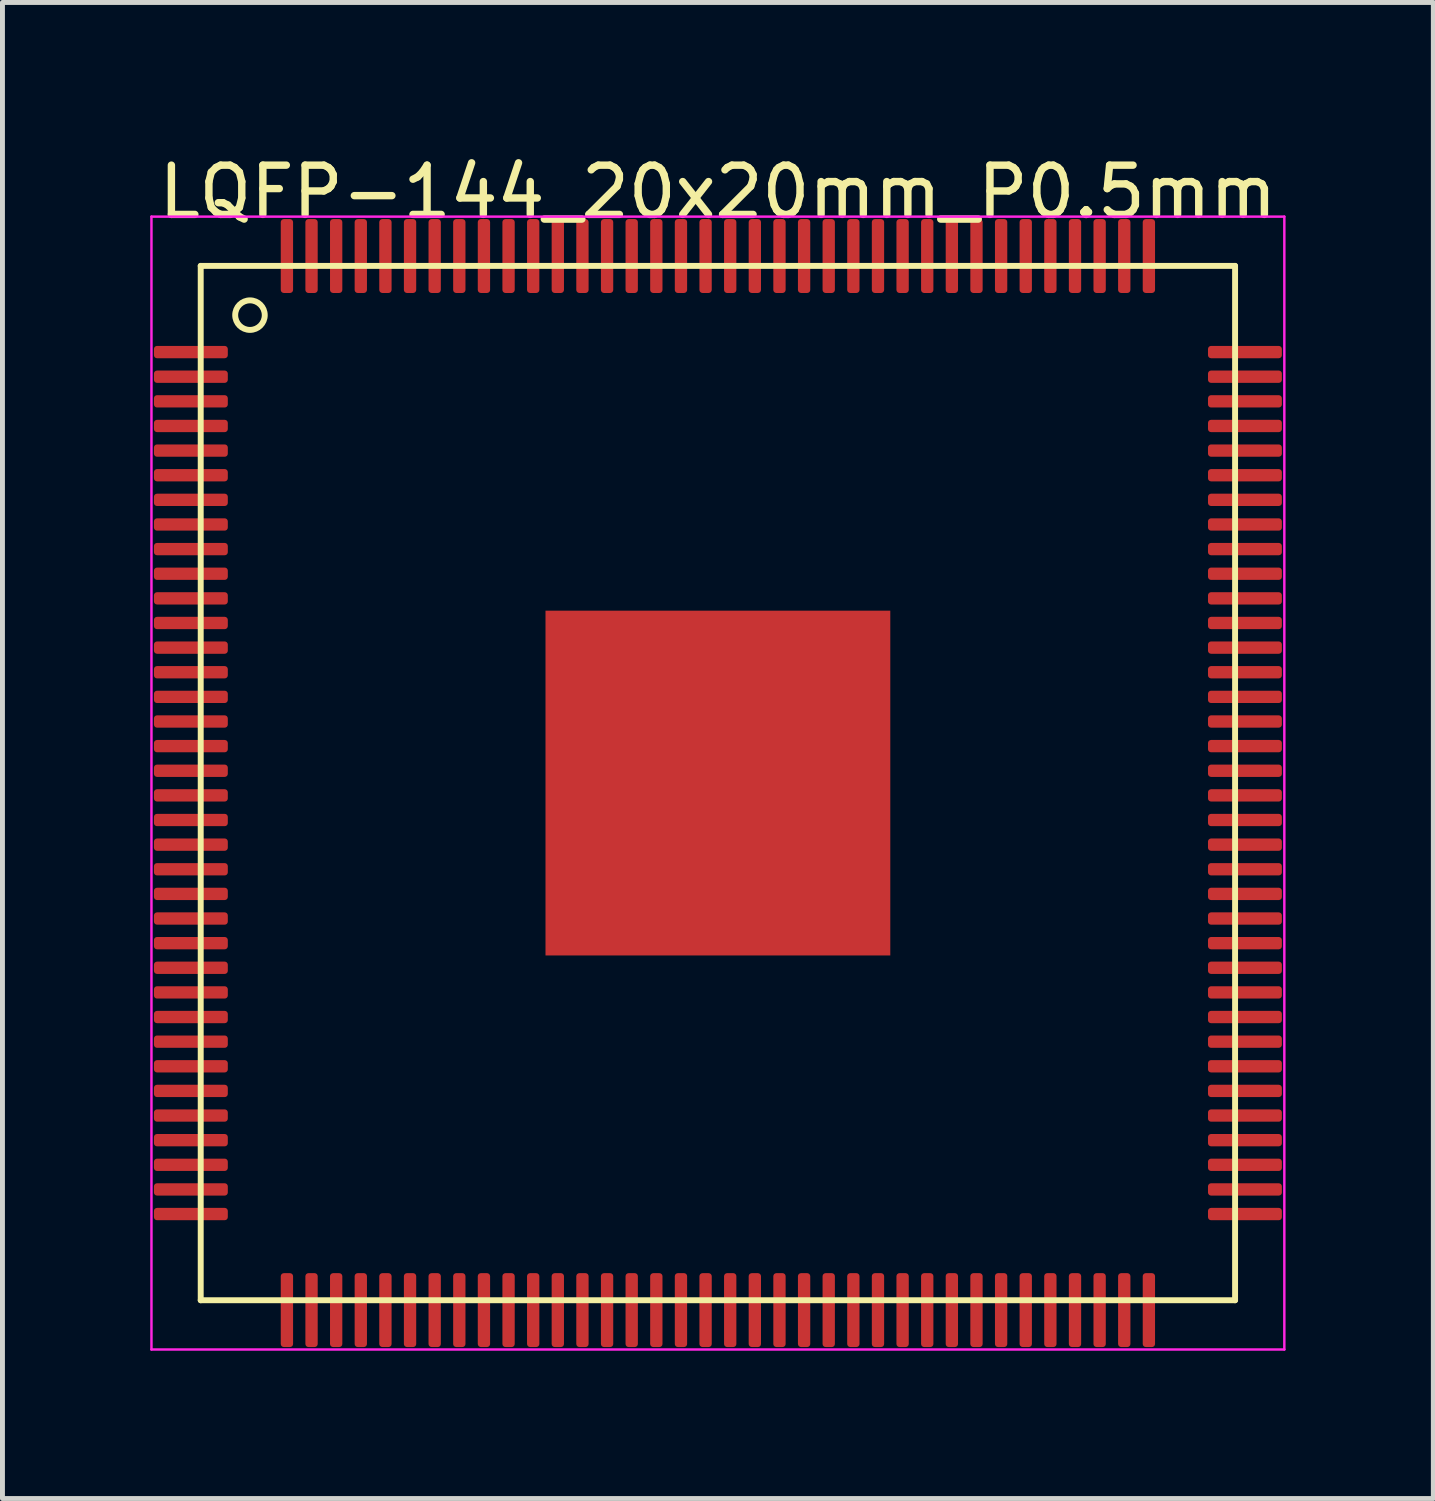
<source format=kicad_pcb>
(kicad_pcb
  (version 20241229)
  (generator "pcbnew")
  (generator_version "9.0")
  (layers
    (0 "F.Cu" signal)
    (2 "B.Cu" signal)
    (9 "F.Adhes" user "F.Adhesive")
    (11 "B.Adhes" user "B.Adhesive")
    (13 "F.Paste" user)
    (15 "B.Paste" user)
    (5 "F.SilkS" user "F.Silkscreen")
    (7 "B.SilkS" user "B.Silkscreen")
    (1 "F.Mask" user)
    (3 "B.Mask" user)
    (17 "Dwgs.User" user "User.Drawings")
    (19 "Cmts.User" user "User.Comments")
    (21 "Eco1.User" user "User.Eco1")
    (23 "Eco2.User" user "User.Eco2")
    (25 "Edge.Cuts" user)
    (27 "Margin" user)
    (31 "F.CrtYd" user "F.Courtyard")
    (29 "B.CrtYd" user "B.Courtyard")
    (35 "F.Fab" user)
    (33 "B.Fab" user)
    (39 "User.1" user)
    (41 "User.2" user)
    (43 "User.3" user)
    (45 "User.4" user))
  (footprint "LQFP-144_20x20mm_P0.5mm"
    (layer "F.Cu")
    (at 11.525 12.848)
    (property "Reference" "LQFP-144_20x20mm_P0.5mm" (at 0 -12 0) (layer "F.SilkS") (effects (font (size 1 1) (thickness 0.15))))
    (attr smd)
    (fp_line (start -10.5 -10.5) (end -10.5 10.5) (stroke (width 0.12) (type solid)) (layer "F.SilkS"))
    (fp_line (start -10.5 -10.5) (end 10.5 -10.5) (stroke (width 0.12) (type solid)) (layer "F.SilkS"))
    (fp_line (start -10.5 10.5) (end 10.5 10.5) (stroke (width 0.12) (type solid)) (layer "F.SilkS"))
    (fp_line (start 10.5 -10.5) (end 10.5 10.5) (stroke (width 0.12) (type solid)) (layer "F.SilkS"))
    (fp_circle (center -9.5 -9.5) (end -9.2 -9.5) (stroke (width 0.12) (type solid)) (fill no) (layer "F.SilkS"))
    (fp_line (start -11.5 -11.5) (end -11.5 11.5) (stroke (width 0.05) (type solid)) (layer "F.CrtYd"))
    (fp_line (start -11.5 -11.5) (end 11.5 -11.5) (stroke (width 0.05) (type solid)) (layer "F.CrtYd"))
    (fp_line (start -11.5 11.5) (end 11.5 11.5) (stroke (width 0.05) (type solid)) (layer "F.CrtYd"))
    (fp_line (start 11.5 -11.5) (end 11.5 11.5) (stroke (width 0.05) (type solid)) (layer "F.CrtYd"))
    (pad "1" smd roundrect (at -10.7 -8.75 270) (size 0.25 1.5) (layers "F.Cu" "F.Mask" "F.Paste") (roundrect_rratio 0.25))
    (pad "2" smd roundrect (at -10.7 -8.25 270) (size 0.25 1.5) (layers "F.Cu" "F.Mask" "F.Paste") (roundrect_rratio 0.25))
    (pad "3" smd roundrect (at -10.7 -7.75 270) (size 0.25 1.5) (layers "F.Cu" "F.Mask" "F.Paste") (roundrect_rratio 0.25))
    (pad "4" smd roundrect (at -10.7 -7.25 270) (size 0.25 1.5) (layers "F.Cu" "F.Mask" "F.Paste") (roundrect_rratio 0.25))
    (pad "5" smd roundrect (at -10.7 -6.75 270) (size 0.25 1.5) (layers "F.Cu" "F.Mask" "F.Paste") (roundrect_rratio 0.25))
    (pad "6" smd roundrect (at -10.7 -6.25 270) (size 0.25 1.5) (layers "F.Cu" "F.Mask" "F.Paste") (roundrect_rratio 0.25))
    (pad "7" smd roundrect (at -10.7 -5.75 270) (size 0.25 1.5) (layers "F.Cu" "F.Mask" "F.Paste") (roundrect_rratio 0.25))
    (pad "8" smd roundrect (at -10.7 -5.25 270) (size 0.25 1.5) (layers "F.Cu" "F.Mask" "F.Paste") (roundrect_rratio 0.25))
    (pad "9" smd roundrect (at -10.7 -4.75 270) (size 0.25 1.5) (layers "F.Cu" "F.Mask" "F.Paste") (roundrect_rratio 0.25))
    (pad "10" smd roundrect (at -10.7 -4.25 270) (size 0.25 1.5) (layers "F.Cu" "F.Mask" "F.Paste") (roundrect_rratio 0.25))
    (pad "11" smd roundrect (at -10.7 -3.75 270) (size 0.25 1.5) (layers "F.Cu" "F.Mask" "F.Paste") (roundrect_rratio 0.25))
    (pad "12" smd roundrect (at -10.7 -3.25 270) (size 0.25 1.5) (layers "F.Cu" "F.Mask" "F.Paste") (roundrect_rratio 0.25))
    (pad "13" smd roundrect (at -10.7 -2.75 270) (size 0.25 1.5) (layers "F.Cu" "F.Mask" "F.Paste") (roundrect_rratio 0.25))
    (pad "14" smd roundrect (at -10.7 -2.25 270) (size 0.25 1.5) (layers "F.Cu" "F.Mask" "F.Paste") (roundrect_rratio 0.25))
    (pad "15" smd roundrect (at -10.7 -1.75 270) (size 0.25 1.5) (layers "F.Cu" "F.Mask" "F.Paste") (roundrect_rratio 0.25))
    (pad "16" smd roundrect (at -10.7 -1.25 270) (size 0.25 1.5) (layers "F.Cu" "F.Mask" "F.Paste") (roundrect_rratio 0.25))
    (pad "17" smd roundrect (at -10.7 -0.75 270) (size 0.25 1.5) (layers "F.Cu" "F.Mask" "F.Paste") (roundrect_rratio 0.25))
    (pad "18" smd roundrect (at -10.7 -0.25 270) (size 0.25 1.5) (layers "F.Cu" "F.Mask" "F.Paste") (roundrect_rratio 0.25))
    (pad "19" smd roundrect (at -10.7 0.25 270) (size 0.25 1.5) (layers "F.Cu" "F.Mask" "F.Paste") (roundrect_rratio 0.25))
    (pad "20" smd roundrect (at -10.7 0.75 270) (size 0.25 1.5) (layers "F.Cu" "F.Mask" "F.Paste") (roundrect_rratio 0.25))
    (pad "21" smd roundrect (at -10.7 1.25 270) (size 0.25 1.5) (layers "F.Cu" "F.Mask" "F.Paste") (roundrect_rratio 0.25))
    (pad "22" smd roundrect (at -10.7 1.75 270) (size 0.25 1.5) (layers "F.Cu" "F.Mask" "F.Paste") (roundrect_rratio 0.25))
    (pad "23" smd roundrect (at -10.7 2.25 270) (size 0.25 1.5) (layers "F.Cu" "F.Mask" "F.Paste") (roundrect_rratio 0.25))
    (pad "24" smd roundrect (at -10.7 2.75 270) (size 0.25 1.5) (layers "F.Cu" "F.Mask" "F.Paste") (roundrect_rratio 0.25))
    (pad "25" smd roundrect (at -10.7 3.25 270) (size 0.25 1.5) (layers "F.Cu" "F.Mask" "F.Paste") (roundrect_rratio 0.25))
    (pad "26" smd roundrect (at -10.7 3.75 270) (size 0.25 1.5) (layers "F.Cu" "F.Mask" "F.Paste") (roundrect_rratio 0.25))
    (pad "27" smd roundrect (at -10.7 4.25 270) (size 0.25 1.5) (layers "F.Cu" "F.Mask" "F.Paste") (roundrect_rratio 0.25))
    (pad "28" smd roundrect (at -10.7 4.75 270) (size 0.25 1.5) (layers "F.Cu" "F.Mask" "F.Paste") (roundrect_rratio 0.25))
    (pad "29" smd roundrect (at -10.7 5.25 270) (size 0.25 1.5) (layers "F.Cu" "F.Mask" "F.Paste") (roundrect_rratio 0.25))
    (pad "30" smd roundrect (at -10.7 5.75 270) (size 0.25 1.5) (layers "F.Cu" "F.Mask" "F.Paste") (roundrect_rratio 0.25))
    (pad "31" smd roundrect (at -10.7 6.25 270) (size 0.25 1.5) (layers "F.Cu" "F.Mask" "F.Paste") (roundrect_rratio 0.25))
    (pad "32" smd roundrect (at -10.7 6.75 270) (size 0.25 1.5) (layers "F.Cu" "F.Mask" "F.Paste") (roundrect_rratio 0.25))
    (pad "33" smd roundrect (at -10.7 7.25 270) (size 0.25 1.5) (layers "F.Cu" "F.Mask" "F.Paste") (roundrect_rratio 0.25))
    (pad "34" smd roundrect (at -10.7 7.75 270) (size 0.25 1.5) (layers "F.Cu" "F.Mask" "F.Paste") (roundrect_rratio 0.25))
    (pad "35" smd roundrect (at -10.7 8.25 270) (size 0.25 1.5) (layers "F.Cu" "F.Mask" "F.Paste") (roundrect_rratio 0.25))
    (pad "36" smd roundrect (at -10.7 8.75 270) (size 0.25 1.5) (layers "F.Cu" "F.Mask" "F.Paste") (roundrect_rratio 0.25))
    (pad "37" smd roundrect (at -8.75 10.7) (size 0.25 1.5) (layers "F.Cu" "F.Mask" "F.Paste") (roundrect_rratio 0.25))
    (pad "38" smd roundrect (at -8.25 10.7) (size 0.25 1.5) (layers "F.Cu" "F.Mask" "F.Paste") (roundrect_rratio 0.25))
    (pad "39" smd roundrect (at -7.75 10.7) (size 0.25 1.5) (layers "F.Cu" "F.Mask" "F.Paste") (roundrect_rratio 0.25))
    (pad "40" smd roundrect (at -7.25 10.7) (size 0.25 1.5) (layers "F.Cu" "F.Mask" "F.Paste") (roundrect_rratio 0.25))
    (pad "41" smd roundrect (at -6.75 10.7) (size 0.25 1.5) (layers "F.Cu" "F.Mask" "F.Paste") (roundrect_rratio 0.25))
    (pad "42" smd roundrect (at -6.25 10.7) (size 0.25 1.5) (layers "F.Cu" "F.Mask" "F.Paste") (roundrect_rratio 0.25))
    (pad "43" smd roundrect (at -5.75 10.7) (size 0.25 1.5) (layers "F.Cu" "F.Mask" "F.Paste") (roundrect_rratio 0.25))
    (pad "44" smd roundrect (at -5.25 10.7) (size 0.25 1.5) (layers "F.Cu" "F.Mask" "F.Paste") (roundrect_rratio 0.25))
    (pad "45" smd roundrect (at -4.75 10.7) (size 0.25 1.5) (layers "F.Cu" "F.Mask" "F.Paste") (roundrect_rratio 0.25))
    (pad "46" smd roundrect (at -4.25 10.7) (size 0.25 1.5) (layers "F.Cu" "F.Mask" "F.Paste") (roundrect_rratio 0.25))
    (pad "47" smd roundrect (at -3.75 10.7) (size 0.25 1.5) (layers "F.Cu" "F.Mask" "F.Paste") (roundrect_rratio 0.25))
    (pad "48" smd roundrect (at -3.25 10.7) (size 0.25 1.5) (layers "F.Cu" "F.Mask" "F.Paste") (roundrect_rratio 0.25))
    (pad "49" smd roundrect (at -2.75 10.7) (size 0.25 1.5) (layers "F.Cu" "F.Mask" "F.Paste") (roundrect_rratio 0.25))
    (pad "50" smd roundrect (at -2.25 10.7) (size 0.25 1.5) (layers "F.Cu" "F.Mask" "F.Paste") (roundrect_rratio 0.25))
    (pad "51" smd roundrect (at -1.75 10.7) (size 0.25 1.5) (layers "F.Cu" "F.Mask" "F.Paste") (roundrect_rratio 0.25))
    (pad "52" smd roundrect (at -1.25 10.7) (size 0.25 1.5) (layers "F.Cu" "F.Mask" "F.Paste") (roundrect_rratio 0.25))
    (pad "53" smd roundrect (at -0.75 10.7) (size 0.25 1.5) (layers "F.Cu" "F.Mask" "F.Paste") (roundrect_rratio 0.25))
    (pad "54" smd roundrect (at -0.25 10.7) (size 0.25 1.5) (layers "F.Cu" "F.Mask" "F.Paste") (roundrect_rratio 0.25))
    (pad "55" smd roundrect (at 0.25 10.7) (size 0.25 1.5) (layers "F.Cu" "F.Mask" "F.Paste") (roundrect_rratio 0.25))
    (pad "56" smd roundrect (at 0.75 10.7) (size 0.25 1.5) (layers "F.Cu" "F.Mask" "F.Paste") (roundrect_rratio 0.25))
    (pad "57" smd roundrect (at 1.25 10.7) (size 0.25 1.5) (layers "F.Cu" "F.Mask" "F.Paste") (roundrect_rratio 0.25))
    (pad "58" smd roundrect (at 1.75 10.7) (size 0.25 1.5) (layers "F.Cu" "F.Mask" "F.Paste") (roundrect_rratio 0.25))
    (pad "59" smd roundrect (at 2.25 10.7) (size 0.25 1.5) (layers "F.Cu" "F.Mask" "F.Paste") (roundrect_rratio 0.25))
    (pad "60" smd roundrect (at 2.75 10.7) (size 0.25 1.5) (layers "F.Cu" "F.Mask" "F.Paste") (roundrect_rratio 0.25))
    (pad "61" smd roundrect (at 3.25 10.7) (size 0.25 1.5) (layers "F.Cu" "F.Mask" "F.Paste") (roundrect_rratio 0.25))
    (pad "62" smd roundrect (at 3.75 10.7) (size 0.25 1.5) (layers "F.Cu" "F.Mask" "F.Paste") (roundrect_rratio 0.25))
    (pad "63" smd roundrect (at 4.25 10.7) (size 0.25 1.5) (layers "F.Cu" "F.Mask" "F.Paste") (roundrect_rratio 0.25))
    (pad "64" smd roundrect (at 4.75 10.7) (size 0.25 1.5) (layers "F.Cu" "F.Mask" "F.Paste") (roundrect_rratio 0.25))
    (pad "65" smd roundrect (at 5.25 10.7) (size 0.25 1.5) (layers "F.Cu" "F.Mask" "F.Paste") (roundrect_rratio 0.25))
    (pad "66" smd roundrect (at 5.75 10.7) (size 0.25 1.5) (layers "F.Cu" "F.Mask" "F.Paste") (roundrect_rratio 0.25))
    (pad "67" smd roundrect (at 6.25 10.7) (size 0.25 1.5) (layers "F.Cu" "F.Mask" "F.Paste") (roundrect_rratio 0.25))
    (pad "68" smd roundrect (at 6.75 10.7) (size 0.25 1.5) (layers "F.Cu" "F.Mask" "F.Paste") (roundrect_rratio 0.25))
    (pad "69" smd roundrect (at 7.25 10.7) (size 0.25 1.5) (layers "F.Cu" "F.Mask" "F.Paste") (roundrect_rratio 0.25))
    (pad "70" smd roundrect (at 7.75 10.7) (size 0.25 1.5) (layers "F.Cu" "F.Mask" "F.Paste") (roundrect_rratio 0.25))
    (pad "71" smd roundrect (at 8.25 10.7) (size 0.25 1.5) (layers "F.Cu" "F.Mask" "F.Paste") (roundrect_rratio 0.25))
    (pad "72" smd roundrect (at 8.75 10.7) (size 0.25 1.5) (layers "F.Cu" "F.Mask" "F.Paste") (roundrect_rratio 0.25))
    (pad "73" smd roundrect (at 10.7 8.75 90) (size 0.25 1.5) (layers "F.Cu" "F.Mask" "F.Paste") (roundrect_rratio 0.25))
    (pad "74" smd roundrect (at 10.7 8.25 90) (size 0.25 1.5) (layers "F.Cu" "F.Mask" "F.Paste") (roundrect_rratio 0.25))
    (pad "75" smd roundrect (at 10.7 7.75 90) (size 0.25 1.5) (layers "F.Cu" "F.Mask" "F.Paste") (roundrect_rratio 0.25))
    (pad "76" smd roundrect (at 10.7 7.25 90) (size 0.25 1.5) (layers "F.Cu" "F.Mask" "F.Paste") (roundrect_rratio 0.25))
    (pad "77" smd roundrect (at 10.7 6.75 90) (size 0.25 1.5) (layers "F.Cu" "F.Mask" "F.Paste") (roundrect_rratio 0.25))
    (pad "78" smd roundrect (at 10.7 6.25 90) (size 0.25 1.5) (layers "F.Cu" "F.Mask" "F.Paste") (roundrect_rratio 0.25))
    (pad "79" smd roundrect (at 10.7 5.75 90) (size 0.25 1.5) (layers "F.Cu" "F.Mask" "F.Paste") (roundrect_rratio 0.25))
    (pad "80" smd roundrect (at 10.7 5.25 90) (size 0.25 1.5) (layers "F.Cu" "F.Mask" "F.Paste") (roundrect_rratio 0.25))
    (pad "81" smd roundrect (at 10.7 4.75 90) (size 0.25 1.5) (layers "F.Cu" "F.Mask" "F.Paste") (roundrect_rratio 0.25))
    (pad "82" smd roundrect (at 10.7 4.25 90) (size 0.25 1.5) (layers "F.Cu" "F.Mask" "F.Paste") (roundrect_rratio 0.25))
    (pad "83" smd roundrect (at 10.7 3.75 90) (size 0.25 1.5) (layers "F.Cu" "F.Mask" "F.Paste") (roundrect_rratio 0.25))
    (pad "84" smd roundrect (at 10.7 3.25 90) (size 0.25 1.5) (layers "F.Cu" "F.Mask" "F.Paste") (roundrect_rratio 0.25))
    (pad "85" smd roundrect (at 10.7 2.75 90) (size 0.25 1.5) (layers "F.Cu" "F.Mask" "F.Paste") (roundrect_rratio 0.25))
    (pad "86" smd roundrect (at 10.7 2.25 90) (size 0.25 1.5) (layers "F.Cu" "F.Mask" "F.Paste") (roundrect_rratio 0.25))
    (pad "87" smd roundrect (at 10.7 1.75 90) (size 0.25 1.5) (layers "F.Cu" "F.Mask" "F.Paste") (roundrect_rratio 0.25))
    (pad "88" smd roundrect (at 10.7 1.25 90) (size 0.25 1.5) (layers "F.Cu" "F.Mask" "F.Paste") (roundrect_rratio 0.25))
    (pad "89" smd roundrect (at 10.7 0.75 90) (size 0.25 1.5) (layers "F.Cu" "F.Mask" "F.Paste") (roundrect_rratio 0.25))
    (pad "90" smd roundrect (at 10.7 0.25 90) (size 0.25 1.5) (layers "F.Cu" "F.Mask" "F.Paste") (roundrect_rratio 0.25))
    (pad "91" smd roundrect (at 10.7 -0.25 90) (size 0.25 1.5) (layers "F.Cu" "F.Mask" "F.Paste") (roundrect_rratio 0.25))
    (pad "92" smd roundrect (at 10.7 -0.75 90) (size 0.25 1.5) (layers "F.Cu" "F.Mask" "F.Paste") (roundrect_rratio 0.25))
    (pad "93" smd roundrect (at 10.7 -1.25 90) (size 0.25 1.5) (layers "F.Cu" "F.Mask" "F.Paste") (roundrect_rratio 0.25))
    (pad "94" smd roundrect (at 10.7 -1.75 90) (size 0.25 1.5) (layers "F.Cu" "F.Mask" "F.Paste") (roundrect_rratio 0.25))
    (pad "95" smd roundrect (at 10.7 -2.25 90) (size 0.25 1.5) (layers "F.Cu" "F.Mask" "F.Paste") (roundrect_rratio 0.25))
    (pad "96" smd roundrect (at 10.7 -2.75 90) (size 0.25 1.5) (layers "F.Cu" "F.Mask" "F.Paste") (roundrect_rratio 0.25))
    (pad "97" smd roundrect (at 10.7 -3.25 90) (size 0.25 1.5) (layers "F.Cu" "F.Mask" "F.Paste") (roundrect_rratio 0.25))
    (pad "98" smd roundrect (at 10.7 -3.75 90) (size 0.25 1.5) (layers "F.Cu" "F.Mask" "F.Paste") (roundrect_rratio 0.25))
    (pad "99" smd roundrect (at 10.7 -4.25 90) (size 0.25 1.5) (layers "F.Cu" "F.Mask" "F.Paste") (roundrect_rratio 0.25))
    (pad "100" smd roundrect (at 10.7 -4.75 90) (size 0.25 1.5) (layers "F.Cu" "F.Mask" "F.Paste") (roundrect_rratio 0.25))
    (pad "101" smd roundrect (at 10.7 -5.25 90) (size 0.25 1.5) (layers "F.Cu" "F.Mask" "F.Paste") (roundrect_rratio 0.25))
    (pad "102" smd roundrect (at 10.7 -5.75 90) (size 0.25 1.5) (layers "F.Cu" "F.Mask" "F.Paste") (roundrect_rratio 0.25))
    (pad "103" smd roundrect (at 10.7 -6.25 90) (size 0.25 1.5) (layers "F.Cu" "F.Mask" "F.Paste") (roundrect_rratio 0.25))
    (pad "104" smd roundrect (at 10.7 -6.75 90) (size 0.25 1.5) (layers "F.Cu" "F.Mask" "F.Paste") (roundrect_rratio 0.25))
    (pad "105" smd roundrect (at 10.7 -7.25 90) (size 0.25 1.5) (layers "F.Cu" "F.Mask" "F.Paste") (roundrect_rratio 0.25))
    (pad "106" smd roundrect (at 10.7 -7.75 90) (size 0.25 1.5) (layers "F.Cu" "F.Mask" "F.Paste") (roundrect_rratio 0.25))
    (pad "107" smd roundrect (at 10.7 -8.25 90) (size 0.25 1.5) (layers "F.Cu" "F.Mask" "F.Paste") (roundrect_rratio 0.25))
    (pad "108" smd roundrect (at 10.7 -8.75 90) (size 0.25 1.5) (layers "F.Cu" "F.Mask" "F.Paste") (roundrect_rratio 0.25))
    (pad "109" smd roundrect (at 8.75 -10.7 180) (size 0.25 1.5) (layers "F.Cu" "F.Mask" "F.Paste") (roundrect_rratio 0.25))
    (pad "110" smd roundrect (at 8.25 -10.7 180) (size 0.25 1.5) (layers "F.Cu" "F.Mask" "F.Paste") (roundrect_rratio 0.25))
    (pad "111" smd roundrect (at 7.75 -10.7 180) (size 0.25 1.5) (layers "F.Cu" "F.Mask" "F.Paste") (roundrect_rratio 0.25))
    (pad "112" smd roundrect (at 7.25 -10.7 180) (size 0.25 1.5) (layers "F.Cu" "F.Mask" "F.Paste") (roundrect_rratio 0.25))
    (pad "113" smd roundrect (at 6.75 -10.7 180) (size 0.25 1.5) (layers "F.Cu" "F.Mask" "F.Paste") (roundrect_rratio 0.25))
    (pad "114" smd roundrect (at 6.25 -10.7 180) (size 0.25 1.5) (layers "F.Cu" "F.Mask" "F.Paste") (roundrect_rratio 0.25))
    (pad "115" smd roundrect (at 5.75 -10.7 180) (size 0.25 1.5) (layers "F.Cu" "F.Mask" "F.Paste") (roundrect_rratio 0.25))
    (pad "116" smd roundrect (at 5.25 -10.7 180) (size 0.25 1.5) (layers "F.Cu" "F.Mask" "F.Paste") (roundrect_rratio 0.25))
    (pad "117" smd roundrect (at 4.75 -10.7 180) (size 0.25 1.5) (layers "F.Cu" "F.Mask" "F.Paste") (roundrect_rratio 0.25))
    (pad "118" smd roundrect (at 4.25 -10.7 180) (size 0.25 1.5) (layers "F.Cu" "F.Mask" "F.Paste") (roundrect_rratio 0.25))
    (pad "119" smd roundrect (at 3.75 -10.7 180) (size 0.25 1.5) (layers "F.Cu" "F.Mask" "F.Paste") (roundrect_rratio 0.25))
    (pad "120" smd roundrect (at 3.25 -10.7 180) (size 0.25 1.5) (layers "F.Cu" "F.Mask" "F.Paste") (roundrect_rratio 0.25))
    (pad "121" smd roundrect (at 2.75 -10.7 180) (size 0.25 1.5) (layers "F.Cu" "F.Mask" "F.Paste") (roundrect_rratio 0.25))
    (pad "122" smd roundrect (at 2.25 -10.7 180) (size 0.25 1.5) (layers "F.Cu" "F.Mask" "F.Paste") (roundrect_rratio 0.25))
    (pad "123" smd roundrect (at 1.75 -10.7 180) (size 0.25 1.5) (layers "F.Cu" "F.Mask" "F.Paste") (roundrect_rratio 0.25))
    (pad "124" smd roundrect (at 1.25 -10.7 180) (size 0.25 1.5) (layers "F.Cu" "F.Mask" "F.Paste") (roundrect_rratio 0.25))
    (pad "125" smd roundrect (at 0.75 -10.7 180) (size 0.25 1.5) (layers "F.Cu" "F.Mask" "F.Paste") (roundrect_rratio 0.25))
    (pad "126" smd roundrect (at 0.25 -10.7 180) (size 0.25 1.5) (layers "F.Cu" "F.Mask" "F.Paste") (roundrect_rratio 0.25))
    (pad "127" smd roundrect (at -0.25 -10.7 180) (size 0.25 1.5) (layers "F.Cu" "F.Mask" "F.Paste") (roundrect_rratio 0.25))
    (pad "128" smd roundrect (at -0.75 -10.7 180) (size 0.25 1.5) (layers "F.Cu" "F.Mask" "F.Paste") (roundrect_rratio 0.25))
    (pad "129" smd roundrect (at -1.25 -10.7 180) (size 0.25 1.5) (layers "F.Cu" "F.Mask" "F.Paste") (roundrect_rratio 0.25))
    (pad "130" smd roundrect (at -1.75 -10.7 180) (size 0.25 1.5) (layers "F.Cu" "F.Mask" "F.Paste") (roundrect_rratio 0.25))
    (pad "131" smd roundrect (at -2.25 -10.7 180) (size 0.25 1.5) (layers "F.Cu" "F.Mask" "F.Paste") (roundrect_rratio 0.25))
    (pad "132" smd roundrect (at -2.75 -10.7 180) (size 0.25 1.5) (layers "F.Cu" "F.Mask" "F.Paste") (roundrect_rratio 0.25))
    (pad "133" smd roundrect (at -3.25 -10.7 180) (size 0.25 1.5) (layers "F.Cu" "F.Mask" "F.Paste") (roundrect_rratio 0.25))
    (pad "134" smd roundrect (at -3.75 -10.7 180) (size 0.25 1.5) (layers "F.Cu" "F.Mask" "F.Paste") (roundrect_rratio 0.25))
    (pad "135" smd roundrect (at -4.25 -10.7 180) (size 0.25 1.5) (layers "F.Cu" "F.Mask" "F.Paste") (roundrect_rratio 0.25))
    (pad "136" smd roundrect (at -4.75 -10.7 180) (size 0.25 1.5) (layers "F.Cu" "F.Mask" "F.Paste") (roundrect_rratio 0.25))
    (pad "137" smd roundrect (at -5.25 -10.7 180) (size 0.25 1.5) (layers "F.Cu" "F.Mask" "F.Paste") (roundrect_rratio 0.25))
    (pad "138" smd roundrect (at -5.75 -10.7 180) (size 0.25 1.5) (layers "F.Cu" "F.Mask" "F.Paste") (roundrect_rratio 0.25))
    (pad "139" smd roundrect (at -6.25 -10.7 180) (size 0.25 1.5) (layers "F.Cu" "F.Mask" "F.Paste") (roundrect_rratio 0.25))
    (pad "140" smd roundrect (at -6.75 -10.7 180) (size 0.25 1.5) (layers "F.Cu" "F.Mask" "F.Paste") (roundrect_rratio 0.25))
    (pad "141" smd roundrect (at -7.25 -10.7 180) (size 0.25 1.5) (layers "F.Cu" "F.Mask" "F.Paste") (roundrect_rratio 0.25))
    (pad "142" smd roundrect (at -7.75 -10.7 180) (size 0.25 1.5) (layers "F.Cu" "F.Mask" "F.Paste") (roundrect_rratio 0.25))
    (pad "143" smd roundrect (at -8.25 -10.7 180) (size 0.25 1.5) (layers "F.Cu" "F.Mask" "F.Paste") (roundrect_rratio 0.25))
    (pad "144" smd roundrect (at -8.75 -10.7 180) (size 0.25 1.5) (layers "F.Cu" "F.Mask" "F.Paste") (roundrect_rratio 0.25))
    (pad "145" smd rect (at 0 0) (size 7 7) (layers "F.Cu" "F.Mask" "F.Paste")))
  (gr_rect
    (start -3 -3)
    (end 26.05 27.373)
    (stroke (width 0.1) (type default))
    (fill no)
    (layer "Edge.Cuts")))
</source>
